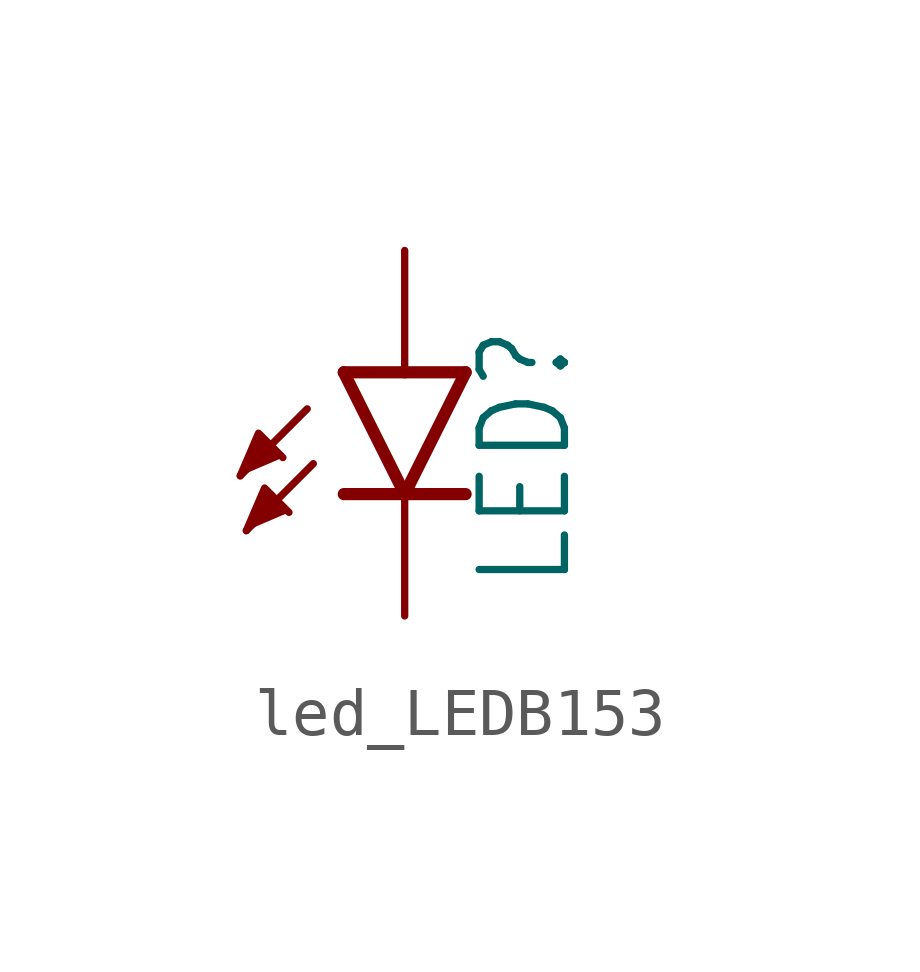
<source format=kicad_sym>
(kicad_symbol_lib
  (version 20231120)
  (generator "kicad_symbol_editor")
  (generator_version "8.0")
  (symbol "led_LEDB153"
    (property "Reference" "LED"
      (at 3.556 -4.572 90)
      (effects (font (size 1.778 1.511)) (justify left bottom)))
    (property "Value" ""
      (at 5.715 -4.572 90)
      (effects (font (size 1.778 1.511)) (justify left bottom)))
    (property "ki_locked" ""
      (at 0 0 0)
      (effects (font (size 1.27 1.27))))
    (symbol "led_LEDB153_1_0"
      (polyline (pts (xy -2.032 -0.762) (xy -3.429 -2.159)) (stroke (width 0.152) (type solid)) (fill (type none)))
      (polyline (pts (xy -1.905 -1.905) (xy -3.302 -3.302)) (stroke (width 0.152) (type solid)) (fill (type none)))
      (polyline (pts (xy 0 -2.54) (xy -1.27 -2.54)) (stroke (width 0.254) (type solid)) (fill (type none)))
      (polyline (pts (xy 0 -2.54) (xy -1.27 0)) (stroke (width 0.254) (type solid)) (fill (type none)))
      (polyline (pts (xy 0 0) (xy -1.27 0)) (stroke (width 0.254) (type solid)) (fill (type none)))
      (polyline (pts (xy 1.27 -2.54) (xy 0 -2.54)) (stroke (width 0.254) (type solid)) (fill (type none)))
      (polyline (pts (xy 1.27 0) (xy 0 -2.54)) (stroke (width 0.254) (type solid)) (fill (type none)))
      (polyline (pts (xy 1.27 0) (xy 0 0)) (stroke (width 0.254) (type solid)) (fill (type none)))
      (polyline (pts (xy -3.429 -2.159) (xy -3.048 -1.27) (xy -2.54 -1.778)) (stroke (width 0.152) (type solid)) (fill (type outline)))
      (polyline (pts (xy -3.302 -3.302) (xy -2.921 -2.413) (xy -2.413 -2.921)) (stroke (width 0.152) (type solid)) (fill (type outline)))
      (pin passive line (at 0 2.54 270) (length 2.54) (name "A" (effects (font (size 0 0)))) (number "A" (effects (font (size 0 0)))))
      (pin passive line (at 0 -5.08 90) (length 2.54) (name "C" (effects (font (size 0 0)))) (number "K" (effects (font (size 0 0))))))))
</source>
